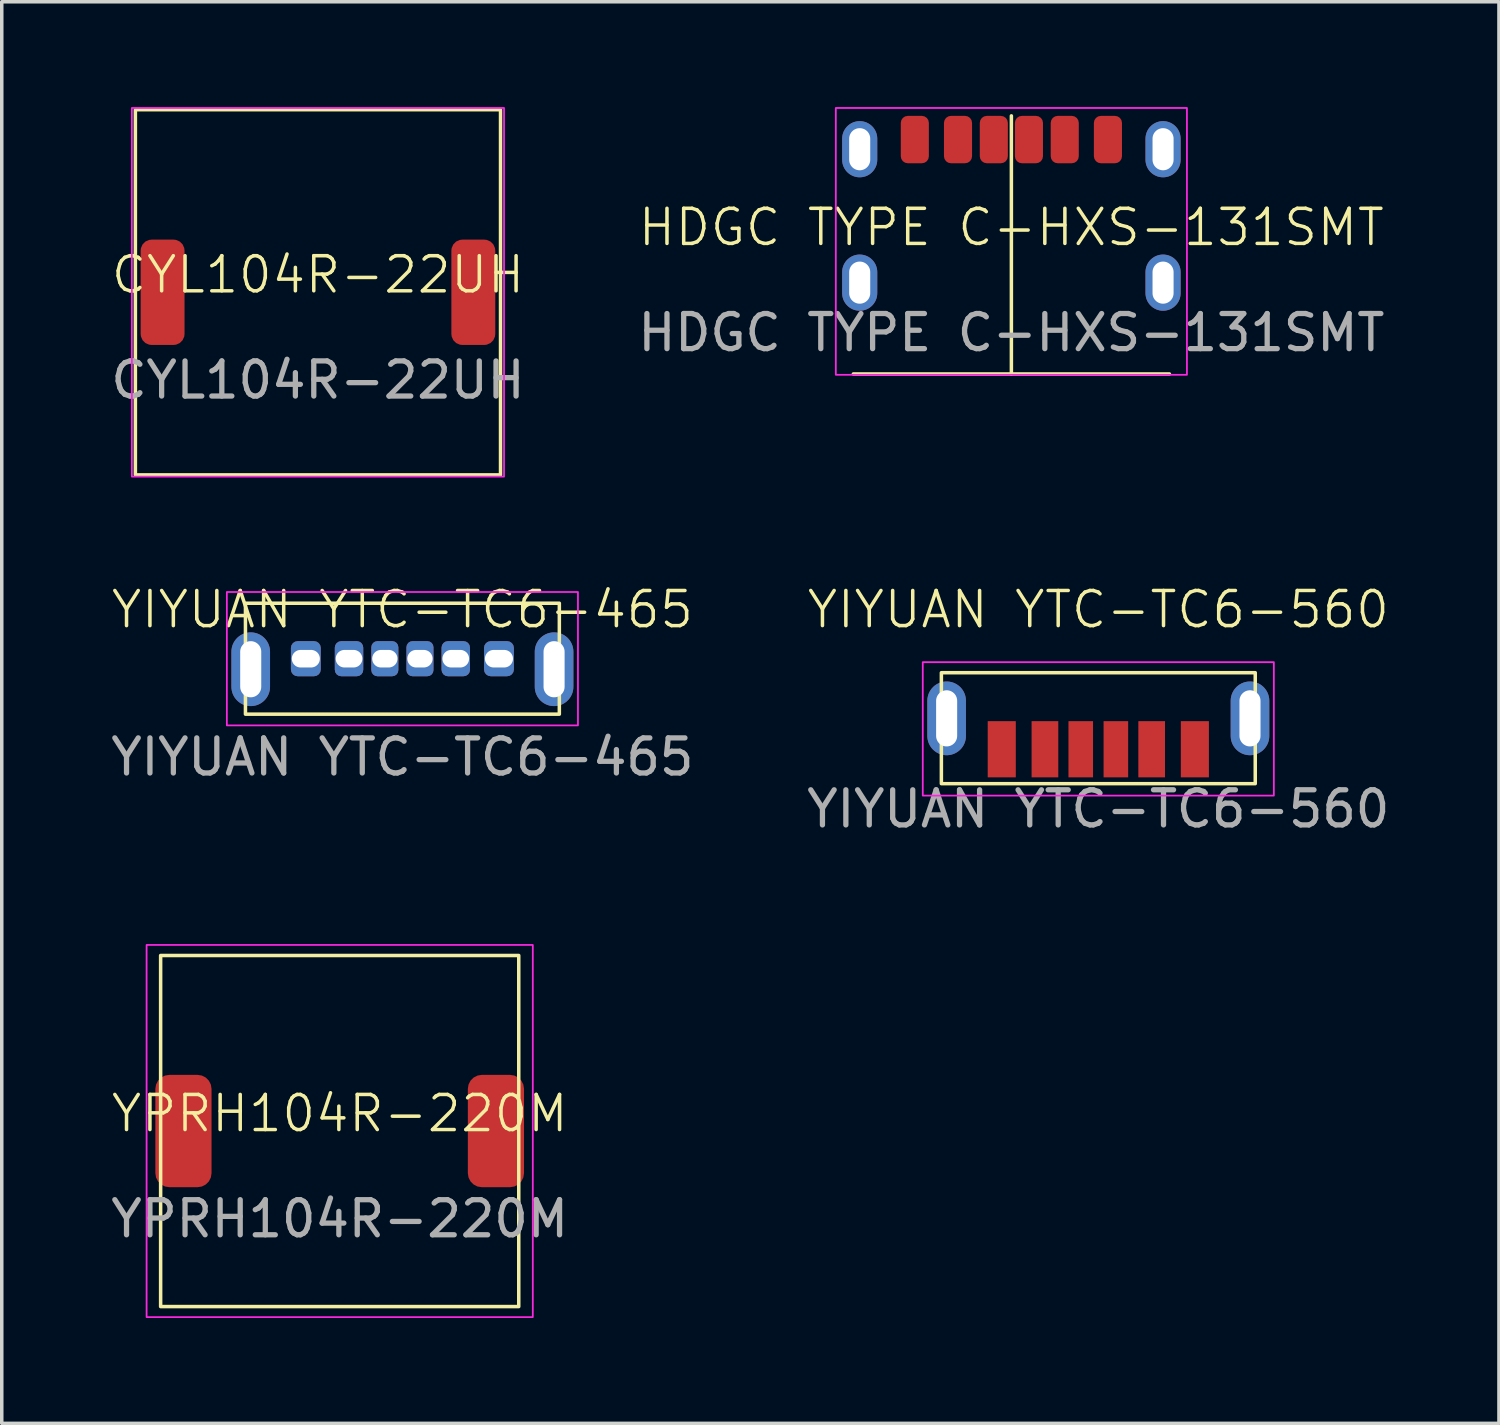
<source format=kicad_pcb>
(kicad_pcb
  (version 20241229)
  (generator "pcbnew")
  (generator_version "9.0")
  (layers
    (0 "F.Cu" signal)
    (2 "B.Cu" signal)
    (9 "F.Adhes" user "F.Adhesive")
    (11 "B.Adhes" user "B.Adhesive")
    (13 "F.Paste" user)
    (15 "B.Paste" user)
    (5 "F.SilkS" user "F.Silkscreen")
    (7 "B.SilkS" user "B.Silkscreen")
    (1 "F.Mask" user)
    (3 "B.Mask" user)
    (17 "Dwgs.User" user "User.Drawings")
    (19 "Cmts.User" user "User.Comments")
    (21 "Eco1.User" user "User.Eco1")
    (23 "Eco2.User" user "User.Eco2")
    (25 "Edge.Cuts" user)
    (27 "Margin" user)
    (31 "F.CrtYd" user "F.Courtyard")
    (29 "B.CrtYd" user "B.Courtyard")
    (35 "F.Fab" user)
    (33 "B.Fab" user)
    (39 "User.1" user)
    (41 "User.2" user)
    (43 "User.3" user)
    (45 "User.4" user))
  (footprint "CYL104R-22UH"
    (layer "F.Cu")
    (at 6.006 5.275)
    (property "Reference" "CYL104R-22UH" (at 0 -0.5 0) (unlocked yes) (layer "F.SilkS") (effects (font (size 1 1) (thickness 0.1))))
    (attr smd)
    (fp_rect (start -5.2 -5.2) (end 5.2 5.2) (stroke (width 0.1) (type default)) (fill no) (layer "F.SilkS"))
    (fp_rect (start -5.3 -5.25) (end 5.3 5.25) (stroke (width 0.05) (type default)) (fill no) (layer "F.CrtYd"))
    (fp_text user "${REFERENCE}" (at 0 2.5 0) (unlocked yes) (layer "F.Fab") (effects (font (size 1 1) (thickness 0.15))))
    (pad "1" smd roundrect (at -4.425 0) (size 1.25 3) (layers "F.Cu" "F.Mask" "F.Paste") (roundrect_rratio 0.25))
    (pad "2" smd roundrect (at 4.425 0) (size 1.25 3) (layers "F.Cu" "F.Mask" "F.Paste") (roundrect_rratio 0.25)))
  (footprint "HDGC TYPE C-HXS-131SMT"
    (layer "F.Cu")
    (at 25.756 3.925)
    (property "Reference" "HDGC TYPE C-HXS-131SMT" (at 0 -0.5 0) (unlocked yes) (layer "F.SilkS") (effects (font (size 1 1) (thickness 0.1))))
    (attr smd)
    (fp_line (start -4.5 3.675) (end 4.5 3.675) (stroke (width 0.1) (type default)) (layer "F.SilkS"))
    (fp_line (start 0 -3.675) (end 0 3.675) (stroke (width 0.1) (type default)) (layer "F.SilkS"))
    (fp_rect (start -5 -3.9) (end 5 3.7) (stroke (width 0.05) (type default)) (fill no) (layer "F.CrtYd"))
    (fp_text user "${REFERENCE}" (at 0 2.5 0) (unlocked yes) (layer "F.Fab") (effects (font (size 1 1) (thickness 0.15))))
    (pad "A5" smd roundrect (at -0.5 -3) (size 0.8 1.35) (layers "F.Cu" "F.Mask" "F.Paste") (roundrect_rratio 0.25))
    (pad "A9" smd roundrect (at 1.52 -3) (size 0.8 1.35) (layers "F.Cu" "F.Mask" "F.Paste") (roundrect_rratio 0.25))
    (pad "A12" smd roundrect (at 2.75 -3) (size 0.8 1.35) (layers "F.Cu" "F.Mask" "F.Paste") (roundrect_rratio 0.25))
    (pad "B5" smd roundrect (at 0.5 -3) (size 0.8 1.35) (layers "F.Cu" "F.Mask" "F.Paste") (roundrect_rratio 0.25))
    (pad "B9" smd roundrect (at -1.52 -3) (size 0.8 1.35) (layers "F.Cu" "F.Mask" "F.Paste") (roundrect_rratio 0.25))
    (pad "B12" smd roundrect (at -2.75 -3) (size 0.8 1.35) (layers "F.Cu" "F.Mask" "F.Paste") (roundrect_rratio 0.25))
    (pad "S1" thru_hole oval (at -4.32 -2.725) (size 1 1.6) (drill oval 0.6 1.2) (layers "*.Cu" "*.Mask"))
    (pad "S1" thru_hole oval (at -4.32 1.075) (size 1 1.6) (drill oval 0.6 1.2) (layers "*.Cu" "*.Mask"))
    (pad "S1" thru_hole oval (at 4.32 -2.725) (size 1 1.6) (drill oval 0.6 1.2) (layers "*.Cu" "*.Mask"))
    (pad "S1" thru_hole oval (at 4.32 1.075) (size 1 1.6) (drill oval 0.6 1.2) (layers "*.Cu" "*.Mask")))
  (footprint "YIYUAN YTC-TC6-465"
    (layer "F.Cu")
    (at 8.411 16.011)
    (property "Reference" "YIYUAN YTC-TC6-465" (at 0 -1.7 0) (unlocked yes) (layer "F.SilkS") (effects (font (size 1 1) (thickness 0.1))))
    (attr through_hole)
    (fp_rect (start -4.47 -1.88) (end 4.47 1.28) (stroke (width 0.1) (type default)) (fill no) (layer "F.SilkS"))
    (fp_rect (start -5 -2.2) (end 5 1.6) (stroke (width 0.05) (type default)) (fill no) (layer "F.CrtYd"))
    (fp_text user "${REFERENCE}" (at 0 2.5 0) (unlocked yes) (layer "F.Fab") (effects (font (size 1 1) (thickness 0.15))))
    (pad "A5" thru_hole roundrect (at -0.5 -0.3) (size 0.77 1) (drill oval 0.72 0.5) (layers "*.Cu" "*.Mask") (roundrect_rratio 0.227))
    (pad "A9" thru_hole roundrect (at 1.52 -0.3) (size 0.81 1) (drill oval 0.76 0.5) (layers "*.Cu" "*.Mask") (roundrect_rratio 0.227))
    (pad "A12" thru_hole roundrect (at 2.75 -0.3) (size 0.85 1) (drill oval 0.8 0.5) (layers "*.Cu" "*.Mask") (roundrect_rratio 0.227))
    (pad "B5" thru_hole roundrect (at 0.5 -0.3) (size 0.77 1) (drill oval 0.72 0.5) (layers "*.Cu" "*.Mask") (roundrect_rratio 0.227))
    (pad "B9" thru_hole roundrect (at -1.52 -0.3) (size 0.81 1) (drill oval 0.76 0.5) (layers "*.Cu" "*.Mask") (roundrect_rratio 0.227))
    (pad "B12" thru_hole roundrect (at -2.75 -0.3) (size 0.85 1) (drill oval 0.8 0.5) (layers "*.Cu" "*.Mask") (roundrect_rratio 0.227))
    (pad "S1" thru_hole oval (at -4.32 0) (size 1.1 2.1) (drill oval 0.6 1.6) (layers "*.Cu" "*.Mask"))
    (pad "S1" thru_hole oval (at 4.32 0) (size 1.1 2.1) (drill oval 0.6 1.6) (layers "*.Cu" "*.Mask")))
  (footprint "YPRH104R-220M"
    (layer "F.Cu")
    (at 6.625 29.164)
    (property "Reference" "YPRH104R-220M" (at 0 -0.5 0) (unlocked yes) (layer "F.SilkS") (effects (font (size 1 1) (thickness 0.1))))
    (attr smd)
    (fp_rect (start -5.1 -5) (end 5.1 5) (stroke (width 0.1) (type default)) (fill no) (layer "F.SilkS"))
    (fp_rect (start -5.5 -5.3) (end 5.5 5.3) (stroke (width 0.05) (type default)) (fill no) (layer "F.CrtYd"))
    (fp_text user "${REFERENCE}" (at 0 2.5 0) (unlocked yes) (layer "F.Fab") (effects (font (size 1 1) (thickness 0.15))))
    (pad "1" smd roundrect (at -4.45 0) (size 1.6 3.2) (layers "F.Cu" "F.Mask" "F.Paste") (roundrect_rratio 0.25))
    (pad "2" smd roundrect (at 4.45 0) (size 1.6 3.2) (layers "F.Cu" "F.Mask" "F.Paste") (roundrect_rratio 0.25)))
  (footprint "YIYUAN YTC-TC6-560"
    (layer "F.Cu")
    (at 28.232 17.41)
    (property "Reference" "YIYUAN YTC-TC6-560" (at 0 -3.1 0) (unlocked yes) (layer "F.SilkS") (effects (font (size 1 1) (thickness 0.1))))
    (attr through_hole)
    (fp_rect (start -4.47 -1.3) (end 4.47 1.86) (stroke (width 0.1) (type default)) (fill no) (layer "F.SilkS"))
    (fp_rect (start -5 -1.6) (end 5 2.2) (stroke (width 0.05) (type default)) (fill no) (layer "F.CrtYd"))
    (fp_text user "${REFERENCE}" (at 0 2.58 0) (unlocked yes) (layer "F.Fab") (effects (font (size 1 1) (thickness 0.15))))
    (pad "A5" smd rect (at -0.5 0.88) (size 0.7 1.6) (layers "F.Cu" "F.Mask" "F.Paste"))
    (pad "A9" smd rect (at 1.52 0.88) (size 0.76 1.6) (layers "F.Cu" "F.Mask" "F.Paste"))
    (pad "A12" smd rect (at 2.75 0.88) (size 0.8 1.6) (layers "F.Cu" "F.Mask" "F.Paste"))
    (pad "B5" smd rect (at 0.5 0.88) (size 0.7 1.6) (layers "F.Cu" "F.Mask" "F.Paste"))
    (pad "B9" smd rect (at -1.52 0.88) (size 0.76 1.6) (layers "F.Cu" "F.Mask" "F.Paste"))
    (pad "B12" smd rect (at -2.75 0.88) (size 0.8 1.6) (layers "F.Cu" "F.Mask" "F.Paste"))
    (pad "S1" thru_hole oval (at -4.32 0) (size 1.1 2.1) (drill oval 0.6 1.6) (layers "*.Cu" "*.Mask"))
    (pad "S1" thru_hole oval (at 4.32 0) (size 1.1 2.1) (drill oval 0.6 1.6) (layers "*.Cu" "*.Mask")))
  (gr_rect
    (start -3 -3)
    (end 39.643 37.489)
    (stroke (width 0.1) (type default))
    (fill no)
    (layer "Edge.Cuts")))
</source>
